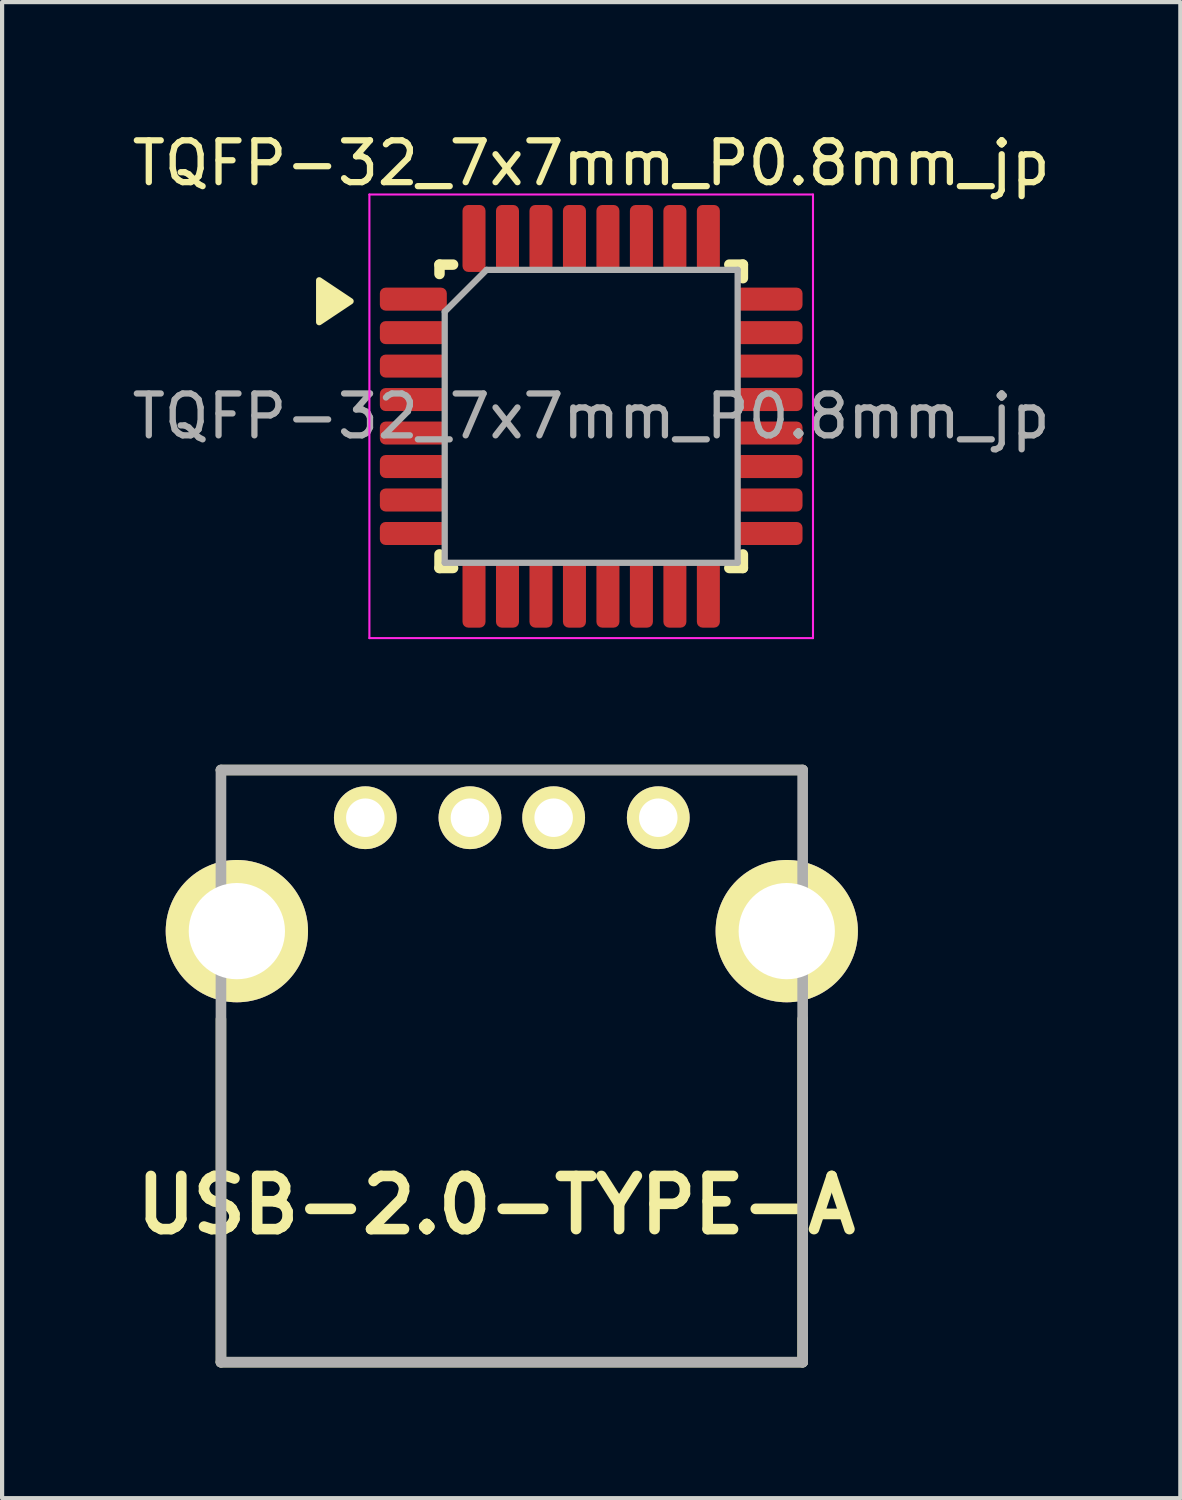
<source format=kicad_pcb>
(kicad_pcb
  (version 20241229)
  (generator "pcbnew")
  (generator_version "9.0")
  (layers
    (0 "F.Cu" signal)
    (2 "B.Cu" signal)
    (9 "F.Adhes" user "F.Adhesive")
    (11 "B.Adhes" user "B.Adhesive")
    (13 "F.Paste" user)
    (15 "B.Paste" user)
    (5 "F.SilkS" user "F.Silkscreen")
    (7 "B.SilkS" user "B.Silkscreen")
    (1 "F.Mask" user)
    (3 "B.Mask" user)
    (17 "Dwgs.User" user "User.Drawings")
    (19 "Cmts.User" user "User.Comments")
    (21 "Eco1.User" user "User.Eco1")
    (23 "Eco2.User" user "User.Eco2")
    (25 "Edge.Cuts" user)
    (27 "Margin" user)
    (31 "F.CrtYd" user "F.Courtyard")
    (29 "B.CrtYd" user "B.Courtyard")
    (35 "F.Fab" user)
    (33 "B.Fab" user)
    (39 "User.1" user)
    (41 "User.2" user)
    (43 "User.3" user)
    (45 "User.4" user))
  (footprint "TQFP-32_7x7mm_P0.8mm_jp"
    (layer "F.Cu")
    (at 11.077 6.898)
    (property "Reference" "TQFP-32_7x7mm_P0.8mm_jp" (at 0 -6.05 0) (layer "F.SilkS") (effects (font (size 1 1) (thickness 0.15))))
    (attr smd)
    (fp_line (start -3.625 -3.625) (end -3.625 -3.4) (stroke (width 0.25) (type solid)) (layer "F.SilkS"))
    (fp_line (start -3.625 -3.625) (end -3.3 -3.625) (stroke (width 0.25) (type solid)) (layer "F.SilkS"))
    (fp_line (start -3.625 3.625) (end -3.625 3.3) (stroke (width 0.25) (type solid)) (layer "F.SilkS"))
    (fp_line (start -3.625 3.625) (end -3.3 3.625) (stroke (width 0.25) (type solid)) (layer "F.SilkS"))
    (fp_line (start 3.625 -3.625) (end 3.3 -3.625) (stroke (width 0.25) (type solid)) (layer "F.SilkS"))
    (fp_line (start 3.625 -3.625) (end 3.625 -3.3) (stroke (width 0.25) (type solid)) (layer "F.SilkS"))
    (fp_line (start 3.625 3.625) (end 3.3 3.625) (stroke (width 0.25) (type solid)) (layer "F.SilkS"))
    (fp_line (start 3.625 3.625) (end 3.625 3.3) (stroke (width 0.25) (type solid)) (layer "F.SilkS"))
    (fp_poly (pts (xy -5.75 -2.75) (xy -6.5 -3.25) (xy -6.5 -2.25)) (stroke (width 0.15) (type solid)) (fill yes) (layer "F.SilkS"))
    (fp_line (start -5.3 -5.3) (end -5.3 5.3) (stroke (width 0.05) (type solid)) (layer "F.CrtYd"))
    (fp_line (start -5.3 -5.3) (end 5.3 -5.3) (stroke (width 0.05) (type solid)) (layer "F.CrtYd"))
    (fp_line (start -5.3 5.3) (end 5.3 5.3) (stroke (width 0.05) (type solid)) (layer "F.CrtYd"))
    (fp_line (start 5.3 -5.3) (end 5.3 5.3) (stroke (width 0.05) (type solid)) (layer "F.CrtYd"))
    (fp_line (start -3.5 -2.5) (end -2.5 -3.5) (stroke (width 0.15) (type solid)) (layer "F.Fab"))
    (fp_line (start -3.5 3.5) (end -3.5 -2.5) (stroke (width 0.15) (type solid)) (layer "F.Fab"))
    (fp_line (start -2.5 -3.5) (end 3.5 -3.5) (stroke (width 0.15) (type solid)) (layer "F.Fab"))
    (fp_line (start 3.5 -3.5) (end 3.5 3.5) (stroke (width 0.15) (type solid)) (layer "F.Fab"))
    (fp_line (start 3.5 3.5) (end -3.5 3.5) (stroke (width 0.15) (type solid)) (layer "F.Fab"))
    (fp_text user "${REFERENCE}" (at 0 0 0) (layer "F.Fab") (effects (font (size 1 1) (thickness 0.15))))
    (pad "1" smd roundrect (at -4.25 -2.8) (size 1.6 0.55) (layers "F.Cu" "F.Mask" "F.Paste") (roundrect_rratio 0.25))
    (pad "2" smd roundrect (at -4.25 -2) (size 1.6 0.55) (layers "F.Cu" "F.Mask" "F.Paste") (roundrect_rratio 0.25))
    (pad "3" smd roundrect (at -4.25 -1.2) (size 1.6 0.55) (layers "F.Cu" "F.Mask" "F.Paste") (roundrect_rratio 0.25))
    (pad "4" smd roundrect (at -4.25 -0.4) (size 1.6 0.55) (layers "F.Cu" "F.Mask" "F.Paste") (roundrect_rratio 0.25))
    (pad "5" smd roundrect (at -4.25 0.4) (size 1.6 0.55) (layers "F.Cu" "F.Mask" "F.Paste") (roundrect_rratio 0.25))
    (pad "6" smd roundrect (at -4.25 1.2) (size 1.6 0.55) (layers "F.Cu" "F.Mask" "F.Paste") (roundrect_rratio 0.25))
    (pad "7" smd roundrect (at -4.25 2) (size 1.6 0.55) (layers "F.Cu" "F.Mask" "F.Paste") (roundrect_rratio 0.25))
    (pad "8" smd roundrect (at -4.25 2.8) (size 1.6 0.55) (layers "F.Cu" "F.Mask" "F.Paste") (roundrect_rratio 0.25))
    (pad "9" smd roundrect (at -2.8 4.25 90) (size 1.6 0.55) (layers "F.Cu" "F.Mask" "F.Paste") (roundrect_rratio 0.25))
    (pad "10" smd roundrect (at -2 4.25 90) (size 1.6 0.55) (layers "F.Cu" "F.Mask" "F.Paste") (roundrect_rratio 0.25))
    (pad "11" smd roundrect (at -1.2 4.25 90) (size 1.6 0.55) (layers "F.Cu" "F.Mask" "F.Paste") (roundrect_rratio 0.25))
    (pad "12" smd roundrect (at -0.4 4.25 90) (size 1.6 0.55) (layers "F.Cu" "F.Mask" "F.Paste") (roundrect_rratio 0.25))
    (pad "13" smd roundrect (at 0.4 4.25 90) (size 1.6 0.55) (layers "F.Cu" "F.Mask" "F.Paste") (roundrect_rratio 0.25))
    (pad "14" smd roundrect (at 1.2 4.25 90) (size 1.6 0.55) (layers "F.Cu" "F.Mask" "F.Paste") (roundrect_rratio 0.25))
    (pad "15" smd roundrect (at 2 4.25 90) (size 1.6 0.55) (layers "F.Cu" "F.Mask" "F.Paste") (roundrect_rratio 0.25))
    (pad "16" smd roundrect (at 2.8 4.25 90) (size 1.6 0.55) (layers "F.Cu" "F.Mask" "F.Paste") (roundrect_rratio 0.25))
    (pad "17" smd roundrect (at 4.25 2.8) (size 1.6 0.55) (layers "F.Cu" "F.Mask" "F.Paste") (roundrect_rratio 0.25))
    (pad "18" smd roundrect (at 4.25 2) (size 1.6 0.55) (layers "F.Cu" "F.Mask" "F.Paste") (roundrect_rratio 0.25))
    (pad "19" smd roundrect (at 4.25 1.2) (size 1.6 0.55) (layers "F.Cu" "F.Mask" "F.Paste") (roundrect_rratio 0.25))
    (pad "20" smd roundrect (at 4.25 0.4) (size 1.6 0.55) (layers "F.Cu" "F.Mask" "F.Paste") (roundrect_rratio 0.25))
    (pad "21" smd roundrect (at 4.25 -0.4) (size 1.6 0.55) (layers "F.Cu" "F.Mask" "F.Paste") (roundrect_rratio 0.25))
    (pad "22" smd roundrect (at 4.25 -1.2) (size 1.6 0.55) (layers "F.Cu" "F.Mask" "F.Paste") (roundrect_rratio 0.25))
    (pad "23" smd roundrect (at 4.25 -2) (size 1.6 0.55) (layers "F.Cu" "F.Mask" "F.Paste") (roundrect_rratio 0.25))
    (pad "24" smd roundrect (at 4.25 -2.8) (size 1.6 0.55) (layers "F.Cu" "F.Mask" "F.Paste") (roundrect_rratio 0.25))
    (pad "25" smd roundrect (at 2.8 -4.25 90) (size 1.6 0.55) (layers "F.Cu" "F.Mask" "F.Paste") (roundrect_rratio 0.25))
    (pad "26" smd roundrect (at 2 -4.25 90) (size 1.6 0.55) (layers "F.Cu" "F.Mask" "F.Paste") (roundrect_rratio 0.25))
    (pad "27" smd roundrect (at 1.2 -4.25 90) (size 1.6 0.55) (layers "F.Cu" "F.Mask" "F.Paste") (roundrect_rratio 0.25))
    (pad "28" smd roundrect (at 0.4 -4.25 90) (size 1.6 0.55) (layers "F.Cu" "F.Mask" "F.Paste") (roundrect_rratio 0.25))
    (pad "29" smd roundrect (at -0.4 -4.25 90) (size 1.6 0.55) (layers "F.Cu" "F.Mask" "F.Paste") (roundrect_rratio 0.25))
    (pad "30" smd roundrect (at -1.2 -4.25 90) (size 1.6 0.55) (layers "F.Cu" "F.Mask" "F.Paste") (roundrect_rratio 0.25))
    (pad "31" smd roundrect (at -2 -4.25 90) (size 1.6 0.55) (layers "F.Cu" "F.Mask" "F.Paste") (roundrect_rratio 0.25))
    (pad "32" smd roundrect (at -2.8 -4.25 90) (size 1.6 0.55) (layers "F.Cu" "F.Mask" "F.Paste") (roundrect_rratio 0.25)))
  (footprint "USB-2.0-TYPE-A"
    (layer "F.Cu")
    (at 9.18 29.5)
    (property "Reference" "USB-2.0-TYPE-A" (at -0.369 -3.754 0) (layer "F.SilkS") (effects (font (size 1.27 1.27) (thickness 0.254))))
    (attr through_hole)
    (fp_line (start -6.95 -14.15) (end 6.95 -14.15) (stroke (width 0.25) (type solid)) (layer "F.SilkS"))
    (fp_line (start -6.95 0) (end -6.95 -8.2) (stroke (width 0.25) (type solid)) (layer "F.SilkS"))
    (fp_line (start 6.95 0) (end -6.95 0) (stroke (width 0.25) (type solid)) (layer "F.SilkS"))
    (fp_line (start 6.95 0) (end 6.95 -8.2) (stroke (width 0.25) (type solid)) (layer "F.SilkS"))
    (fp_line (start -6.95 -14.15) (end 6.95 -14.15) (stroke (width 0.254) (type solid)) (layer "F.Fab"))
    (fp_line (start -6.95 0) (end -6.95 -14.15) (stroke (width 0.254) (type solid)) (layer "F.Fab"))
    (fp_line (start 6.95 -14.15) (end 6.95 0) (stroke (width 0.254) (type solid)) (layer "F.Fab"))
    (fp_line (start 6.95 0) (end -6.95 0) (stroke (width 0.254) (type solid)) (layer "F.Fab"))
    (pad "1" thru_hole circle (at -3.5 -13.01 90) (size 1.5 1.5) (drill 0.92) (layers "*.Cu" "*.Mask" "F.SilkS"))
    (pad "2" thru_hole circle (at -1 -13.01 90) (size 1.5 1.5) (drill 0.92) (layers "*.Cu" "*.Mask" "F.SilkS"))
    (pad "3" thru_hole circle (at 1 -13.01 90) (size 1.5 1.5) (drill 0.92) (layers "*.Cu" "*.Mask" "F.SilkS"))
    (pad "4" thru_hole circle (at 3.5 -13.01 90) (size 1.5 1.5) (drill 0.92) (layers "*.Cu" "*.Mask" "F.SilkS"))
    (pad "5" thru_hole circle (at -6.57 -10.3 90) (size 3.4 3.4) (drill 2.3) (layers "*.Cu" "*.Mask" "F.SilkS"))
    (pad "6" thru_hole circle (at 6.57 -10.3 90) (size 3.4 3.4) (drill 2.3) (layers "*.Cu" "*.Mask" "F.SilkS")))
  (gr_rect
    (start -3 -3)
    (end 25.155 32.75)
    (stroke (width 0.1) (type default))
    (fill no)
    (layer "Edge.Cuts")))
</source>
